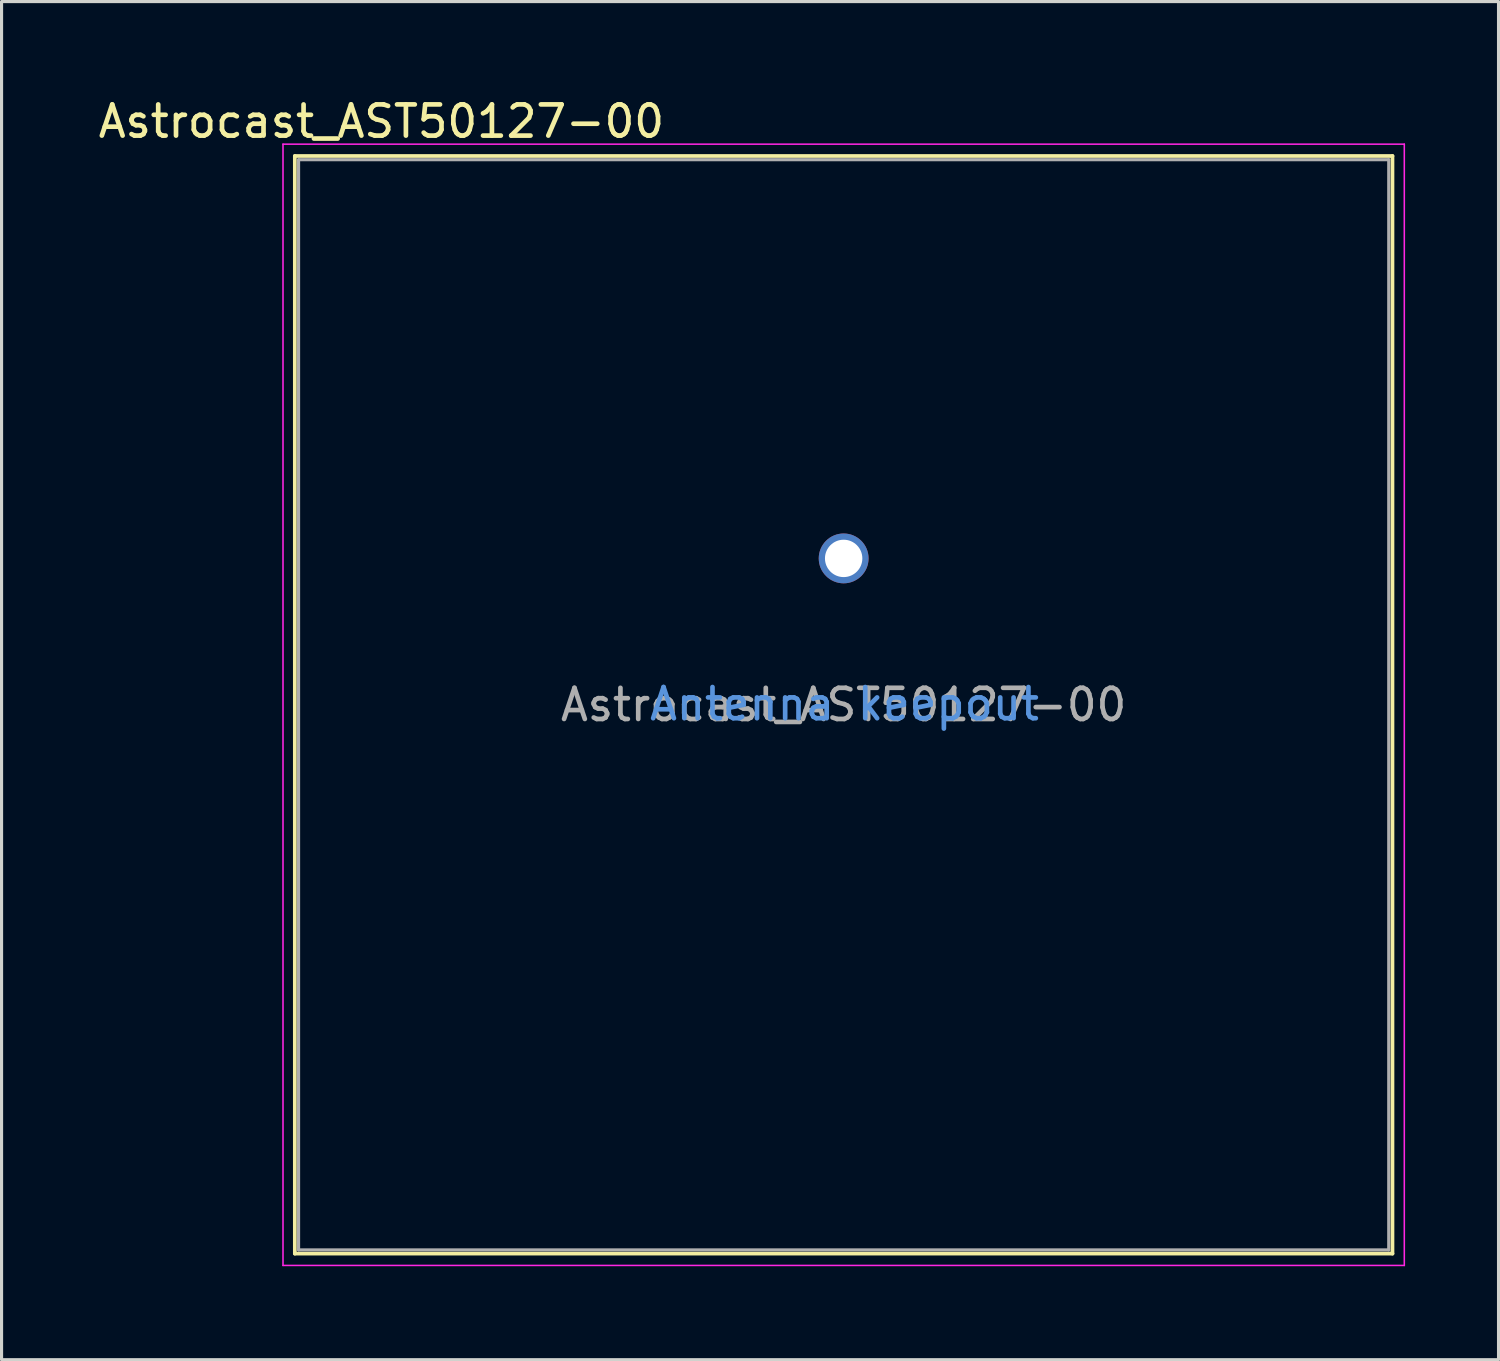
<source format=kicad_pcb>
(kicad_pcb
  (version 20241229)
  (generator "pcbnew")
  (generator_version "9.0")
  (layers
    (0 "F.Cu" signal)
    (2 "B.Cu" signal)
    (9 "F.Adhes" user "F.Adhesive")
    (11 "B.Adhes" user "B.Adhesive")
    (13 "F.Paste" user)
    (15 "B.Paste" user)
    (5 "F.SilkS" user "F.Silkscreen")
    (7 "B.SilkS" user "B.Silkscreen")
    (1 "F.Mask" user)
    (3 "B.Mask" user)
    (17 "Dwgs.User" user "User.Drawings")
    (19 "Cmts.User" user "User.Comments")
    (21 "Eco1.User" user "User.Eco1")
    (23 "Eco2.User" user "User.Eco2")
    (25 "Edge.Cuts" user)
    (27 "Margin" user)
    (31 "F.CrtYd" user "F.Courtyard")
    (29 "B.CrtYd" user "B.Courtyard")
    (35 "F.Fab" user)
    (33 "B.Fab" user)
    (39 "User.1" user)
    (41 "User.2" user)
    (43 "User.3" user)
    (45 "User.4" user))
  (footprint "Astrocast_AST50127-00"
    (layer "F.Cu")
    (at 24.036 14.878)
    (property "Reference" "Astrocast_AST50127-00" (at -14.84 -14.03 0) (unlocked yes) (layer "F.SilkS") (effects (font (size 1 1) (thickness 0.15))))
    (attr through_hole)
    (fp_poly (pts (xy 17.49 -0.05) (xy 17.5 22.19) (xy -17.5 22.2) (xy -17.49 -0.01) (xy -1.46 0.01) (xy -1.43 0.23) (xy -1.39 0.41) (xy -1.31 0.6) (xy -1.2 0.8) (xy -1.03 1.03) (xy -0.78 1.22) (xy -0.48 1.37) (xy -0.17 1.44) (xy 0.23 1.44) (xy 0.66 1.3) (xy 1.02 1.03) (xy 1.19 0.82) (xy 1.33 0.58) (xy 1.42 0.33) (xy 1.44 0.17) (xy 1.46 -0.01) (xy 17.51 -0.01)) (stroke (width 0.2) (type solid)) (fill yes) (layer "F.Mask"))
    (fp_poly (pts (xy 17.51 -0.01) (xy 1.46 -0.01) (xy 1.44 -0.14) (xy 1.43 -0.27) (xy 1.39 -0.42) (xy 1.36 -0.52) (xy 1.28 -0.68) (xy 1.18 -0.84) (xy 1.02 -1.04) (xy 0.86 -1.18) (xy 0.59 -1.34) (xy 0.2 -1.45) (xy -0.14 -1.46) (xy -0.46 -1.38) (xy -0.66 -1.3) (xy -0.97 -1.1) (xy -1.15 -0.91) (xy -1.29 -0.7) (xy -1.39 -0.46) (xy -1.45 -0.23) (xy -1.46 -0.01) (xy -1.46 0.01) (xy -17.49 -0.01) (xy -17.51 -12.81) (xy 17.51 -12.8)) (stroke (width 0.2) (type solid)) (fill yes) (layer "F.Mask"))
    (fp_line (start -17.62 -12.92) (end 17.62 -12.92) (stroke (width 0.12) (type solid)) (layer "F.SilkS"))
    (fp_line (start -17.62 22.32) (end -17.62 -12.92) (stroke (width 0.12) (type solid)) (layer "F.SilkS"))
    (fp_line (start 17.62 -12.92) (end 17.62 22.32) (stroke (width 0.12) (type solid)) (layer "F.SilkS"))
    (fp_line (start 17.62 22.32) (end -17.62 22.32) (stroke (width 0.12) (type solid)) (layer "F.SilkS"))
    (fp_line (start -18 -13.3) (end 18 -13.3) (stroke (width 0.05) (type solid)) (layer "F.CrtYd"))
    (fp_line (start -18 22.7) (end -18 -13.3) (stroke (width 0.05) (type solid)) (layer "F.CrtYd"))
    (fp_line (start 18 -13.3) (end 18 22.7) (stroke (width 0.05) (type solid)) (layer "F.CrtYd"))
    (fp_line (start 18 22.7) (end -18 22.7) (stroke (width 0.05) (type solid)) (layer "F.CrtYd"))
    (fp_line (start -17.5 -12.8) (end 17.5 -12.8) (stroke (width 0.1) (type solid)) (layer "F.Fab"))
    (fp_line (start -17.5 22.2) (end -17.5 -12.8) (stroke (width 0.1) (type solid)) (layer "F.Fab"))
    (fp_line (start 17.5 -12.8) (end 17.5 22.2) (stroke (width 0.1) (type solid)) (layer "F.Fab"))
    (fp_line (start 17.5 22.2) (end -17.5 22.2) (stroke (width 0.1) (type solid)) (layer "F.Fab"))
    (fp_text user "Antenna keepout" (at -6.31 5.26 0) (unlocked yes) (layer "Cmts.User") (effects (font (size 1 1) (thickness 0.15)) (justify left bottom)))
    (fp_text user "${REFERENCE}" (at 0 4.7 0) (layer "F.Fab") (effects (font (size 1 1) (thickness 0.15))))
    (pad "1" thru_hole circle (at 0 0) (size 1.6 1.6) (drill 1.2) (layers "*.Cu" "*.Mask"))
    (zone (net_name "") (layer "F.Cu") (name "Antenna Keepout") (hatch full 0.5) (connect_pads) (min_thickness 0.25) (filled_areas_thickness no) (keepout (tracks not_allowed) (vias allowed) (pads not_allowed) (copperpour allowed) (footprints not_allowed)) (placement (enabled no)) (fill) (polygon (pts (xy 6.536 2.078) (xy 6.536 37.078) (xy 41.536 37.078) (xy 41.536 2.078)))))
  (gr_rect
    (start -3 -3)
    (end 45.061 40.603)
    (stroke (width 0.1) (type default))
    (fill no)
    (layer "Edge.Cuts")))
</source>
